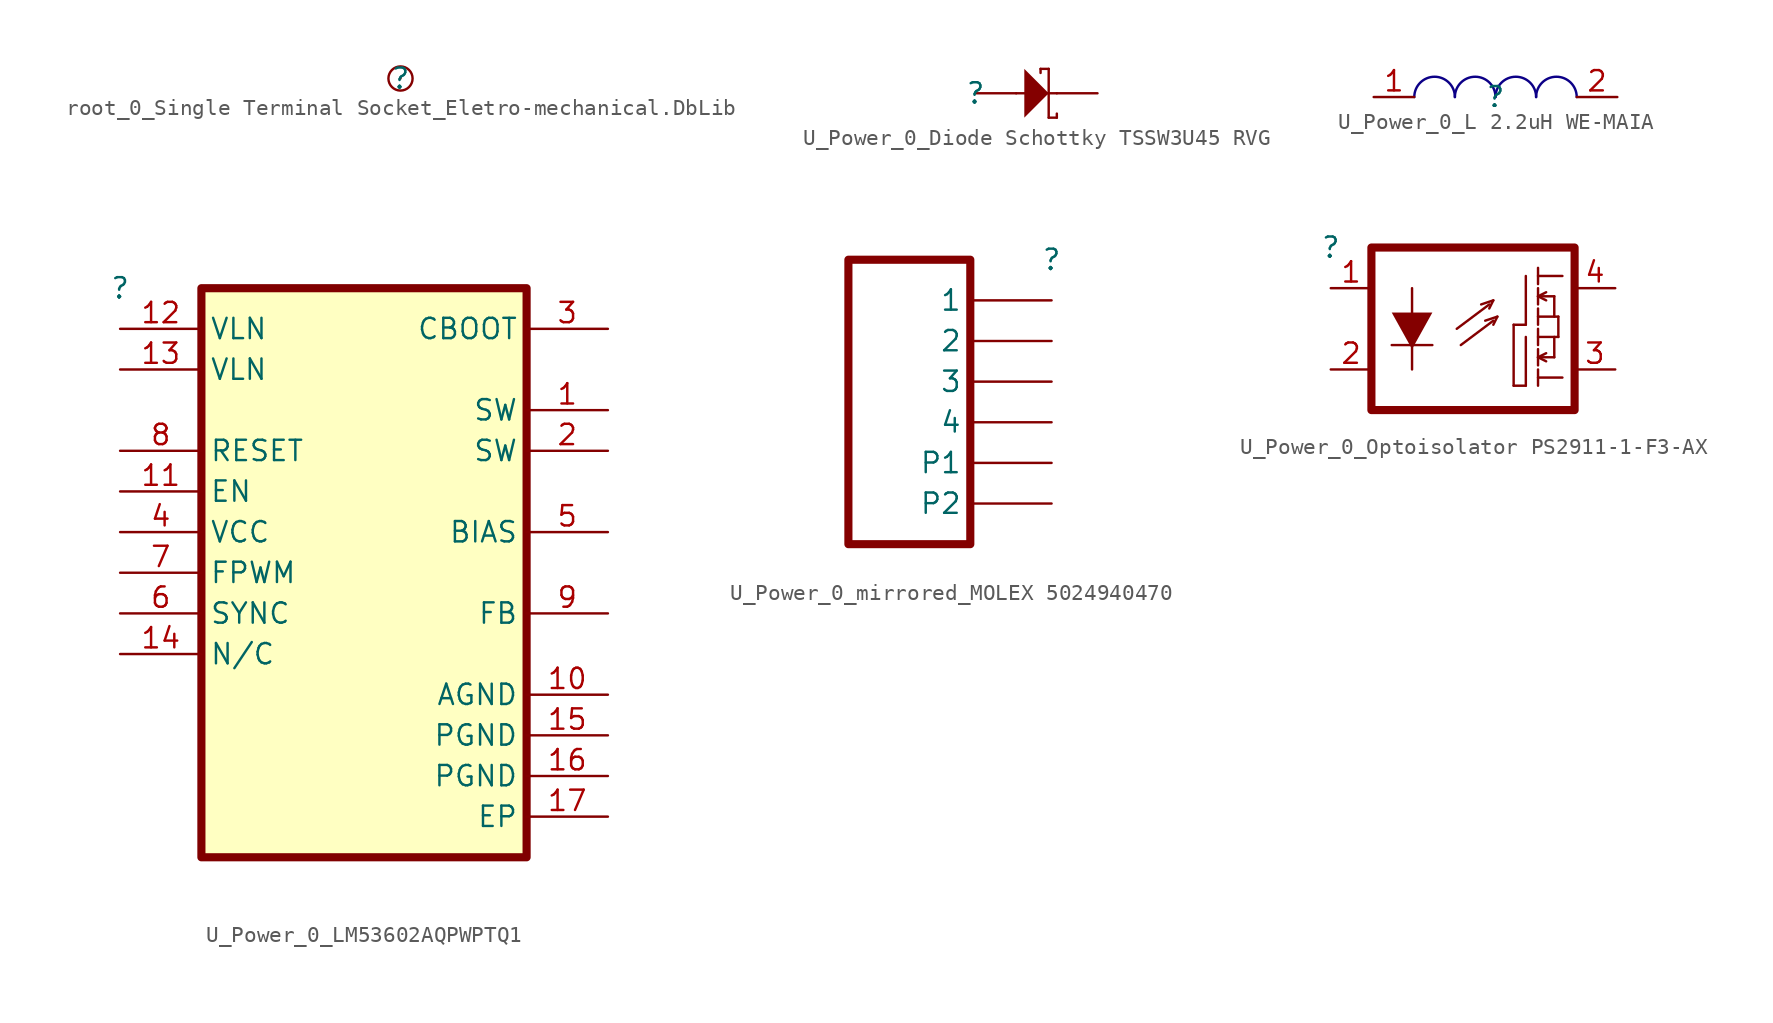
<source format=kicad_sym>
(kicad_symbol_lib
  (version 20241209)
  (generator "kicad_symbol_editor")
  (generator_version "9.0")
  (symbol "root_0_Single Terminal Socket_Eletro-mechanical.DbLib"
    (pin_numbers
      (hide yes))
    (pin_names
      (hide yes))
    (property "Reference" ""
      (at 0 0 0)
      (effects (font (size 1.27 1.27))))
    (property "Value" ""
      (at 0 0 0)
      (effects (font (size 1.27 1.27))))
    (symbol "root_0_Single Terminal Socket_Eletro-mechanical.DbLib_1_0"
      (circle (center 0 0) (radius 0.762) (stroke (width 0) (type solid)) (fill (type color) (color 255 255 255 0.5)))
      (pin bidirectional line (at 0 0 180) (length 0) (name "1" (effects (font (size 1.27 1.27)))) (number "1" (effects (font (size 1.27 1.27)))))))
  (symbol "U_Power_0_Diode Schottky TSSW3U45 RVG"
    (pin_numbers
      (hide yes))
    (pin_names
      (hide yes))
    (property "Reference" ""
      (at 0 0 0)
      (effects (font (size 1.27 1.27))))
    (property "Value" ""
      (at 0 0 0)
      (effects (font (size 1.27 1.27))))
    (symbol "U_Power_0_Diode Schottky TSSW3U45 RVG_1_0"
      (polyline (pts (xy 2.54 0) (xy 5.08 0)) (stroke (width 0) (type solid)) (fill (type none)))
      (polyline (pts (xy 3.048 -1.524) (xy 4.572 0) (xy 3.048 1.524) (xy 3.048 -1.524)) (stroke (width -0.0001) (type solid)) (fill (type outline)))
      (polyline (pts (xy 4.064 1.524) (xy 4.064 1.27)) (stroke (width 0) (type solid)) (fill (type none)))
      (polyline (pts (xy 4.572 1.524) (xy 4.064 1.524)) (stroke (width 0) (type solid)) (fill (type none)))
      (polyline (pts (xy 4.572 1.524) (xy 4.572 -1.524)) (stroke (width 0) (type solid)) (fill (type none)))
      (polyline (pts (xy 5.08 -1.27) (xy 5.08 -1.524)) (stroke (width 0) (type solid)) (fill (type none)))
      (polyline (pts (xy 5.08 -1.524) (xy 4.572 -1.524)) (stroke (width 0) (type solid)) (fill (type none)))
      (pin passive line (at 0 0 0) (length 2.54) (name "A" (effects (font (size 1.27 1.27)))) (number "2" (effects (font (size 1.27 1.27)))))
      (pin passive line (at 7.62 0 180) (length 2.54) (name "C" (effects (font (size 1.27 1.27)))) (number "1" (effects (font (size 1.27 1.27)))))))
  (symbol "U_Power_0_L 2.2uH WE-MAIA"
    (pin_names
      (hide yes))
    (property "Reference" ""
      (at 0 0 0)
      (effects (font (size 1.27 1.27))))
    (property "Value" ""
      (at 0 0 0)
      (effects (font (size 1.27 1.27))))
    (symbol "U_Power_0_L 2.2uH WE-MAIA_1_0"
      (arc (start -5.08 0) (mid -3.81 1.27) (end -2.54 0) (stroke (width 0) (type solid) (color 12 0 135 1)) (fill (type none)))
      (arc (start -2.54 0) (mid -1.27 1.27) (end 0 0) (stroke (width 0) (type solid) (color 12 0 135 1)) (fill (type none)))
      (arc (start 0 0) (mid 1.27 1.27) (end 2.54 0) (stroke (width 0) (type solid) (color 12 0 135 1)) (fill (type none)))
      (arc (start 2.54 0) (mid 3.81 1.27) (end 5.08 0) (stroke (width 0) (type solid) (color 12 0 135 1)) (fill (type none)))
      (pin passive line (at -7.62 0 0) (length 2.54) (name "1" (effects (font (size 1.27 1.27)))) (number "1" (effects (font (size 1.27 1.27)))))
      (pin passive line (at 7.62 0 180) (length 2.54) (name "2" (effects (font (size 1.27 1.27)))) (number "2" (effects (font (size 1.27 1.27)))))))
  (symbol "U_Power_0_LM53602AQPWPTQ1"
    (property "Reference" ""
      (at 0 0 0)
      (effects (font (size 1.27 1.27))))
    (property "Value" ""
      (at 0 0 0)
      (effects (font (size 1.27 1.27))))
    (symbol "U_Power_0_LM53602AQPWPTQ1_1_0"
      (rectangle (start 25.4 0) (end 5.08 -35.56) (stroke (width 0.508) (type solid) (color 128 0 0 1)) (fill (type background)))
      (pin passive line (at 0 -2.54 0) (length 5.08) (name "VLN" (effects (font (size 1.27 1.27)))) (number "12" (effects (font (size 1.27 1.27)))))
      (pin passive line (at 0 -5.08 0) (length 5.08) (name "VLN" (effects (font (size 1.27 1.27)))) (number "13" (effects (font (size 1.27 1.27)))))
      (pin passive line (at 0 -10.16 0) (length 5.08) (name "RESET" (effects (font (size 1.27 1.27)))) (number "8" (effects (font (size 1.27 1.27)))))
      (pin passive line (at 0 -12.7 0) (length 5.08) (name "EN" (effects (font (size 1.27 1.27)))) (number "11" (effects (font (size 1.27 1.27)))))
      (pin power_in line (at 0 -15.24 0) (length 5.08) (name "VCC" (effects (font (size 1.27 1.27)))) (number "4" (effects (font (size 1.27 1.27)))))
      (pin passive line (at 0 -17.78 0) (length 5.08) (name "FPWM" (effects (font (size 1.27 1.27)))) (number "7" (effects (font (size 1.27 1.27)))))
      (pin passive line (at 0 -20.32 0) (length 5.08) (name "SYNC" (effects (font (size 1.27 1.27)))) (number "6" (effects (font (size 1.27 1.27)))))
      (pin passive line (at 0 -22.86 0) (length 5.08) (name "N/C" (effects (font (size 1.27 1.27)))) (number "14" (effects (font (size 1.27 1.27)))))
      (pin passive line (at 30.48 -2.54 180) (length 5.08) (name "CBOOT" (effects (font (size 1.27 1.27)))) (number "3" (effects (font (size 1.27 1.27)))))
      (pin passive line (at 30.48 -7.62 180) (length 5.08) (name "SW" (effects (font (size 1.27 1.27)))) (number "1" (effects (font (size 1.27 1.27)))))
      (pin passive line (at 30.48 -10.16 180) (length 5.08) (name "SW" (effects (font (size 1.27 1.27)))) (number "2" (effects (font (size 1.27 1.27)))))
      (pin passive line (at 30.48 -15.24 180) (length 5.08) (name "BIAS" (effects (font (size 1.27 1.27)))) (number "5" (effects (font (size 1.27 1.27)))))
      (pin passive line (at 30.48 -20.32 180) (length 5.08) (name "FB" (effects (font (size 1.27 1.27)))) (number "9" (effects (font (size 1.27 1.27)))))
      (pin power_in line (at 30.48 -25.4 180) (length 5.08) (name "AGND" (effects (font (size 1.27 1.27)))) (number "10" (effects (font (size 1.27 1.27)))))
      (pin power_in line (at 30.48 -27.94 180) (length 5.08) (name "PGND" (effects (font (size 1.27 1.27)))) (number "15" (effects (font (size 1.27 1.27)))))
      (pin power_in line (at 30.48 -30.48 180) (length 5.08) (name "PGND" (effects (font (size 1.27 1.27)))) (number "16" (effects (font (size 1.27 1.27)))))
      (pin passive line (at 30.48 -33.02 180) (length 5.08) (name "EP" (effects (font (size 1.27 1.27)))) (number "17" (effects (font (size 1.27 1.27)))))))
  (symbol "U_Power_0_mirrored_MOLEX 5024940470"
    (pin_numbers
      (hide yes))
    (property "Reference" ""
      (at 0 0 0)
      (effects (font (size 1.27 1.27))))
    (property "Value" ""
      (at 0 0 0)
      (effects (font (size 1.27 1.27))))
    (symbol "U_Power_0_mirrored_MOLEX 5024940470_1_0"
      (polyline (pts (xy -5.08 0) (xy -5.08 -17.78) (xy -12.7 -17.78) (xy -12.7 0) (xy -5.08 0)) (stroke (width 0.508) (type solid)) (fill (type none)))
      (pin passive line (at 0 -2.54 180) (length 5.08) (name "1" (effects (font (size 1.27 1.27)))) (number "1" (effects (font (size 1.27 1.27)))))
      (pin passive line (at 0 -5.08 180) (length 5.08) (name "2" (effects (font (size 1.27 1.27)))) (number "2" (effects (font (size 1.27 1.27)))))
      (pin passive line (at 0 -7.62 180) (length 5.08) (name "3" (effects (font (size 1.27 1.27)))) (number "3" (effects (font (size 1.27 1.27)))))
      (pin passive line (at 0 -10.16 180) (length 5.08) (name "4" (effects (font (size 1.27 1.27)))) (number "4" (effects (font (size 1.27 1.27)))))
      (pin passive line (at 0 -12.7 180) (length 5.08) (name "P1" (effects (font (size 1.27 1.27)))) (number "P1" (effects (font (size 1.27 1.27)))))
      (pin passive line (at 0 -15.24 180) (length 5.08) (name "P2" (effects (font (size 1.27 1.27)))) (number "P2" (effects (font (size 1.27 1.27)))))))
  (symbol "U_Power_0_Optoisolator PS2911-1-F3-AX"
    (pin_names
      (hide yes))
    (property "Reference" ""
      (at 0 0 0)
      (effects (font (size 1.27 1.27))))
    (property "Value" ""
      (at 0 0 0)
      (effects (font (size 1.27 1.27))))
    (symbol "U_Power_0_Optoisolator PS2911-1-F3-AX_1_0"
      (polyline (pts (xy 2.54 0) (xy 2.54 -10.16) (xy 15.24 -10.16) (xy 15.24 0) (xy 2.54 0)) (stroke (width 0.508) (type solid)) (fill (type none)))
      (polyline (pts (xy 3.81 -6.096) (xy 6.35 -6.096)) (stroke (width 0) (type solid)) (fill (type none)))
      (polyline (pts (xy 5.08 -2.54) (xy 5.08 -7.62)) (stroke (width 0) (type solid)) (fill (type none)))
      (polyline (pts (xy 6.35 -4.064) (xy 3.81 -4.064) (xy 5.08 -6.35) (xy 6.35 -4.064)) (stroke (width -0.0001) (type solid)) (fill (type outline)))
      (polyline (pts (xy 9.398 -3.556) (xy 10.16 -3.302)) (stroke (width 0) (type solid)) (fill (type none)))
      (polyline (pts (xy 9.652 -4.572) (xy 10.414 -4.318)) (stroke (width 0) (type solid)) (fill (type none)))
      (polyline (pts (xy 9.906 -3.556) (xy 7.874 -5.08)) (stroke (width 0) (type solid)) (fill (type none)))
      (polyline (pts (xy 9.906 -3.81) (xy 10.16 -3.302)) (stroke (width 0) (type solid)) (fill (type none)))
      (polyline (pts (xy 10.16 -4.572) (xy 8.128 -6.096)) (stroke (width 0) (type solid)) (fill (type none)))
      (polyline (pts (xy 10.16 -4.826) (xy 10.414 -4.318)) (stroke (width 0) (type solid)) (fill (type none)))
      (polyline (pts (xy 11.43 -4.826) (xy 12.192 -4.826)) (stroke (width 0) (type solid)) (fill (type none)))
      (polyline (pts (xy 11.43 -8.636) (xy 11.43 -4.826)) (stroke (width 0) (type solid)) (fill (type none)))
      (polyline (pts (xy 12.192 -4.826) (xy 12.192 -1.778)) (stroke (width 0) (type solid)) (fill (type none)))
      (polyline (pts (xy 12.192 -8.636) (xy 11.43 -8.636)) (stroke (width 0) (type solid)) (fill (type none)))
      (polyline (pts (xy 12.192 -8.636) (xy 12.192 -5.588)) (stroke (width 0) (type solid)) (fill (type none)))
      (polyline (pts (xy 12.954 -1.778) (xy 14.478 -1.778)) (stroke (width 0) (type solid)) (fill (type none)))
      (polyline (pts (xy 12.954 -2.286) (xy 12.954 -1.27)) (stroke (width 0) (type solid)) (fill (type none)))
      (polyline (pts (xy 12.954 -3.048) (xy 13.97 -3.048)) (stroke (width 0) (type solid)) (fill (type none)))
      (polyline (pts (xy 12.954 -3.556) (xy 12.954 -2.54)) (stroke (width 0) (type solid)) (fill (type none)))
      (polyline (pts (xy 12.954 -4.826) (xy 12.954 -3.81)) (stroke (width 0) (type solid)) (fill (type none)))
      (polyline (pts (xy 12.954 -5.588) (xy 14.224 -5.588)) (stroke (width 0) (type solid)) (fill (type none)))
      (polyline (pts (xy 12.954 -6.096) (xy 12.954 -5.08)) (stroke (width 0) (type solid)) (fill (type none)))
      (polyline (pts (xy 12.954 -6.858) (xy 13.97 -6.858)) (stroke (width 0) (type solid)) (fill (type none)))
      (polyline (pts (xy 12.954 -7.366) (xy 12.954 -6.35)) (stroke (width 0) (type solid)) (fill (type none)))
      (polyline (pts (xy 12.954 -8.128) (xy 14.478 -8.128)) (stroke (width 0) (type solid)) (fill (type none)))
      (polyline (pts (xy 12.954 -8.636) (xy 12.954 -7.62)) (stroke (width 0) (type solid)) (fill (type none)))
      (polyline (pts (xy 13.462 -2.794) (xy 12.954 -3.048)) (stroke (width 0) (type solid)) (fill (type none)))
      (polyline (pts (xy 13.462 -3.302) (xy 12.954 -3.048)) (stroke (width 0) (type solid)) (fill (type none)))
      (polyline (pts (xy 13.462 -6.604) (xy 12.954 -6.858)) (stroke (width 0) (type solid)) (fill (type none)))
      (polyline (pts (xy 13.462 -7.112) (xy 12.954 -6.858)) (stroke (width 0) (type solid)) (fill (type none)))
      (polyline (pts (xy 13.97 -3.048) (xy 13.97 -4.318)) (stroke (width 0) (type solid)) (fill (type none)))
      (polyline (pts (xy 13.97 -6.858) (xy 13.97 -5.588)) (stroke (width 0) (type solid)) (fill (type none)))
      (polyline (pts (xy 14.224 -4.318) (xy 12.954 -4.318)) (stroke (width 0) (type solid)) (fill (type none)))
      (polyline (pts (xy 14.224 -5.588) (xy 14.224 -4.318)) (stroke (width 0) (type solid)) (fill (type none)))
      (pin passive line (at 0 -2.54 0) (length 2.54) (name "A" (effects (font (size 1.27 1.27)))) (number "1" (effects (font (size 1.27 1.27)))))
      (pin passive line (at 0 -7.62 0) (length 2.54) (name "CAT" (effects (font (size 1.27 1.27)))) (number "2" (effects (font (size 1.27 1.27)))))
      (pin passive line (at 17.78 -2.54 180) (length 2.54) (name "SW1" (effects (font (size 1.27 1.27)))) (number "4" (effects (font (size 1.27 1.27)))))
      (pin passive line (at 17.78 -7.62 180) (length 2.54) (name "SW2" (effects (font (size 1.27 1.27)))) (number "3" (effects (font (size 1.27 1.27))))))))
</source>
